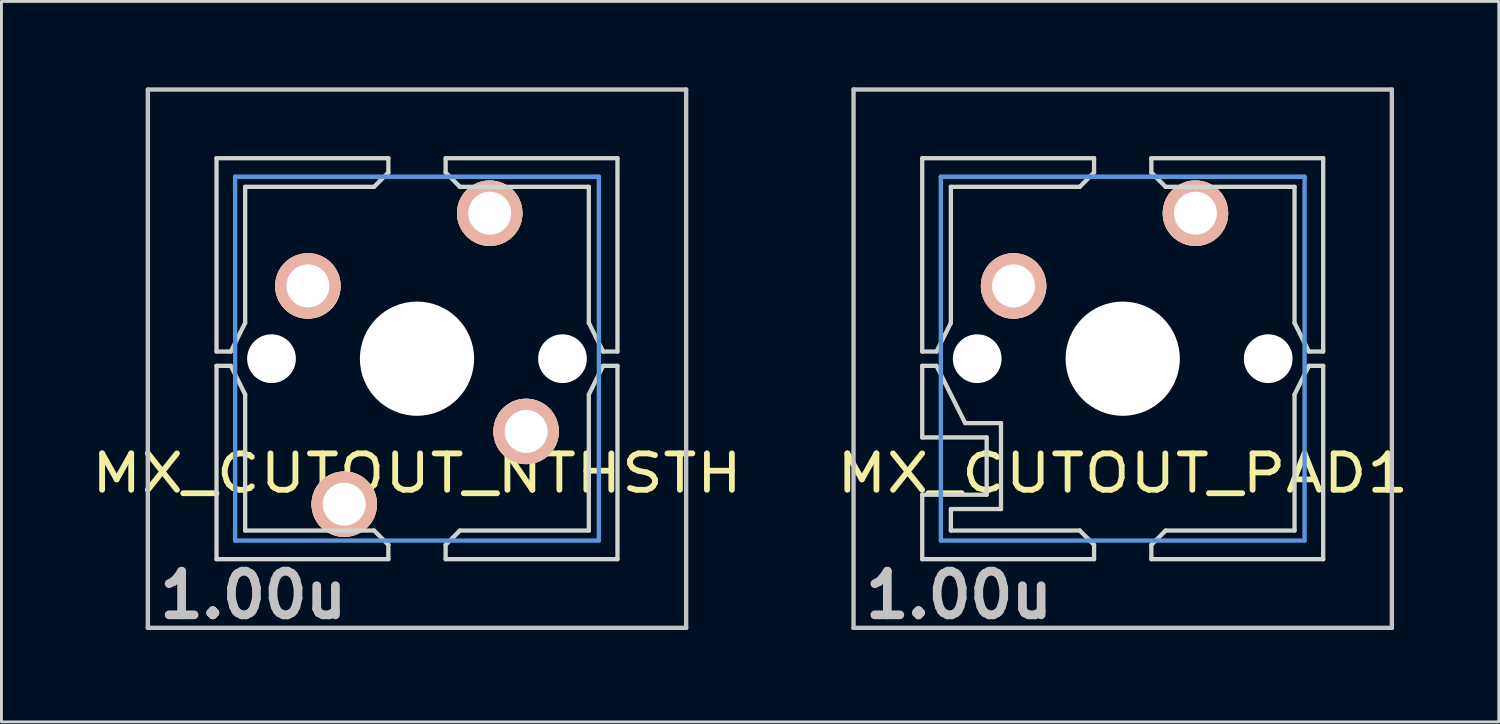
<source format=kicad_pcb>
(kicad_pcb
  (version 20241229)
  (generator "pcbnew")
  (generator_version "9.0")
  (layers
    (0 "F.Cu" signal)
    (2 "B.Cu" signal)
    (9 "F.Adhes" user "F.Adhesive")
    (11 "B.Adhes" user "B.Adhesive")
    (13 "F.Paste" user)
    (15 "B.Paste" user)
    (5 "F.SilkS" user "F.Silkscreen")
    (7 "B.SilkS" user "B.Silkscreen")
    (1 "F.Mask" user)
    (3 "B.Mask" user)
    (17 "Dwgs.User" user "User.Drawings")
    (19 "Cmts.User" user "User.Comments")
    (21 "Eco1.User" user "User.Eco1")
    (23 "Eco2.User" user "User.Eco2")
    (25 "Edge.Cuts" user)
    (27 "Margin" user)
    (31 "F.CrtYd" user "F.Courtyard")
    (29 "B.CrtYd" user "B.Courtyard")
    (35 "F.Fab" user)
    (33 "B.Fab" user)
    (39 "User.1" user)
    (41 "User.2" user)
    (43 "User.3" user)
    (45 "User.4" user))
  (footprint "MX_CUTOUT_NTHSTH"
    (layer "F.Cu")
    (at 11.51 9.474)
    (property "Reference" "MX_CUTOUT_NTHSTH" (at 0 4 0) (layer "F.SilkS") (effects (font (size 1.27 1.524) (thickness 0.203))))
    (attr through_hole)
    (fp_line (start -9.398 -9.398) (end 9.398 -9.398) (stroke (width 0.152) (type solid)) (layer "Dwgs.User"))
    (fp_line (start -9.398 9.398) (end -9.398 -9.398) (stroke (width 0.152) (type solid)) (layer "Dwgs.User"))
    (fp_line (start 9.398 -9.398) (end 9.398 9.398) (stroke (width 0.152) (type solid)) (layer "Dwgs.User"))
    (fp_line (start 9.398 9.398) (end -9.398 9.398) (stroke (width 0.152) (type solid)) (layer "Dwgs.User"))
    (fp_line (start -6.35 -6.35) (end 6.35 -6.35) (stroke (width 0.152) (type solid)) (layer "Cmts.User"))
    (fp_line (start -6.35 -6.35) (end 6.35 -6.35) (stroke (width 0.152) (type solid)) (layer "Cmts.User"))
    (fp_line (start -6.35 6.35) (end -6.35 -6.35) (stroke (width 0.152) (type solid)) (layer "Cmts.User"))
    (fp_line (start 6.35 -6.35) (end 6.35 6.35) (stroke (width 0.152) (type solid)) (layer "Cmts.User"))
    (fp_line (start 6.35 6.35) (end -6.35 6.35) (stroke (width 0.152) (type solid)) (layer "Cmts.User"))
    (fp_line (start -6.985 -6.985) (end 6.985 -6.985) (stroke (width 0.152) (type solid)) (layer "Eco2.User"))
    (fp_line (start -6.985 -6.985) (end 6.985 -6.985) (stroke (width 0.152) (type solid)) (layer "Eco2.User"))
    (fp_line (start -6.985 6.985) (end -6.985 -6.985) (stroke (width 0.152) (type solid)) (layer "Eco2.User"))
    (fp_line (start 6.985 -6.985) (end 6.985 6.985) (stroke (width 0.152) (type solid)) (layer "Eco2.User"))
    (fp_line (start 6.985 6.985) (end -6.985 6.985) (stroke (width 0.152) (type solid)) (layer "Eco2.User"))
    (fp_line (start -7 -7) (end -1 -7) (stroke (width 0.15) (type solid)) (layer "Edge.Cuts"))
    (fp_line (start -7 -0.25) (end -7 -7) (stroke (width 0.15) (type solid)) (layer "Edge.Cuts"))
    (fp_line (start -7 -0.25) (end -6.5 -0.25) (stroke (width 0.15) (type solid)) (layer "Edge.Cuts"))
    (fp_line (start -7 0.25) (end -7 7) (stroke (width 0.15) (type solid)) (layer "Edge.Cuts"))
    (fp_line (start -7 0.25) (end -6.5 0.25) (stroke (width 0.15) (type solid)) (layer "Edge.Cuts"))
    (fp_line (start -7 7) (end -1 7) (stroke (width 0.15) (type solid)) (layer "Edge.Cuts"))
    (fp_line (start -6.5 -0.25) (end -6 -1.25) (stroke (width 0.15) (type solid)) (layer "Edge.Cuts"))
    (fp_line (start -6.5 0.25) (end -6 1.25) (stroke (width 0.15) (type solid)) (layer "Edge.Cuts"))
    (fp_line (start -6 -1.25) (end -6 -6) (stroke (width 0.15) (type solid)) (layer "Edge.Cuts"))
    (fp_line (start -6 1.25) (end -6 6) (stroke (width 0.15) (type solid)) (layer "Edge.Cuts"))
    (fp_line (start -1.5 -6) (end -6 -6) (stroke (width 0.15) (type solid)) (layer "Edge.Cuts"))
    (fp_line (start -1.5 6) (end -6 6) (stroke (width 0.15) (type solid)) (layer "Edge.Cuts"))
    (fp_line (start -1 -7) (end -1 -6.5) (stroke (width 0.15) (type solid)) (layer "Edge.Cuts"))
    (fp_line (start -1 -6.5) (end -1.5 -6) (stroke (width 0.15) (type solid)) (layer "Edge.Cuts"))
    (fp_line (start -1 6.5) (end -1.5 6) (stroke (width 0.15) (type solid)) (layer "Edge.Cuts"))
    (fp_line (start -1 7) (end -1 6.5) (stroke (width 0.15) (type solid)) (layer "Edge.Cuts"))
    (fp_line (start 1 -7) (end 1 -6.5) (stroke (width 0.15) (type solid)) (layer "Edge.Cuts"))
    (fp_line (start 1 -6.5) (end 1.5 -6) (stroke (width 0.15) (type solid)) (layer "Edge.Cuts"))
    (fp_line (start 1 6.5) (end 1.5 6) (stroke (width 0.15) (type solid)) (layer "Edge.Cuts"))
    (fp_line (start 1 7) (end 1 6.5) (stroke (width 0.15) (type solid)) (layer "Edge.Cuts"))
    (fp_line (start 1.5 -6) (end 6 -6) (stroke (width 0.15) (type solid)) (layer "Edge.Cuts"))
    (fp_line (start 1.5 6) (end 6 6) (stroke (width 0.15) (type solid)) (layer "Edge.Cuts"))
    (fp_line (start 6 -1.25) (end 6 -6) (stroke (width 0.15) (type solid)) (layer "Edge.Cuts"))
    (fp_line (start 6 1.25) (end 6 6) (stroke (width 0.15) (type solid)) (layer "Edge.Cuts"))
    (fp_line (start 6.5 -0.25) (end 6 -1.25) (stroke (width 0.15) (type solid)) (layer "Edge.Cuts"))
    (fp_line (start 6.5 0.25) (end 6 1.25) (stroke (width 0.15) (type solid)) (layer "Edge.Cuts"))
    (fp_line (start 7 -7) (end 1 -7) (stroke (width 0.15) (type solid)) (layer "Edge.Cuts"))
    (fp_line (start 7 -0.25) (end 6.5 -0.25) (stroke (width 0.15) (type solid)) (layer "Edge.Cuts"))
    (fp_line (start 7 -0.25) (end 7 -7) (stroke (width 0.15) (type solid)) (layer "Edge.Cuts"))
    (fp_line (start 7 0.25) (end 6.5 0.25) (stroke (width 0.15) (type solid)) (layer "Edge.Cuts"))
    (fp_line (start 7 0.25) (end 7 7) (stroke (width 0.15) (type solid)) (layer "Edge.Cuts"))
    (fp_line (start 7 7) (end 1 7) (stroke (width 0.15) (type solid)) (layer "Edge.Cuts"))
    (fp_text user "1.00u" (at -5.715 8.255 0) (layer "Dwgs.User") (effects (font (size 1.524 1.524) (thickness 0.305))))
    (pad "" np_thru_hole circle (at -5.08 0) (size 1.702 1.702) (drill 1.702) (layers "*.Cu" "*.Mask"))
    (pad "" np_thru_hole circle (at 0 0 180) (size 3.988 3.988) (drill 3.988) (layers "*.Cu"))
    (pad "" np_thru_hole circle (at 5.08 0 180) (size 1.702 1.702) (drill 1.702) (layers "*.Cu" "*.Mask"))
    (pad "1" thru_hole circle (at -2.54 5.08 180) (size 2.286 2.286) (drill 1.499) (layers "*.Cu" "*.SilkS" "*.Mask"))
    (pad "1" thru_hole circle (at 2.54 -5.08) (size 2.286 2.286) (drill 1.499) (layers "*.Cu" "*.SilkS" "*.Mask"))
    (pad "2" thru_hole circle (at -3.81 -2.54) (size 2.286 2.286) (drill 1.499) (layers "*.Cu" "*.SilkS" "*.Mask"))
    (pad "2" thru_hole circle (at 3.81 2.54 180) (size 2.286 2.286) (drill 1.499) (layers "*.Cu" "*.SilkS" "*.Mask")))
  (footprint "MX_CUTOUT_PAD1"
    (layer "F.Cu")
    (at 36.151 9.474)
    (property "Reference" "MX_CUTOUT_PAD1" (at 0 4 0) (layer "F.SilkS") (effects (font (size 1.27 1.524) (thickness 0.203))))
    (attr through_hole)
    (fp_line (start -9.398 -9.398) (end 9.398 -9.398) (stroke (width 0.152) (type solid)) (layer "Dwgs.User"))
    (fp_line (start -9.398 9.398) (end -9.398 -9.398) (stroke (width 0.152) (type solid)) (layer "Dwgs.User"))
    (fp_line (start 9.398 -9.398) (end 9.398 9.398) (stroke (width 0.152) (type solid)) (layer "Dwgs.User"))
    (fp_line (start 9.398 9.398) (end -9.398 9.398) (stroke (width 0.152) (type solid)) (layer "Dwgs.User"))
    (fp_line (start -6.35 -6.35) (end 6.35 -6.35) (stroke (width 0.152) (type solid)) (layer "Cmts.User"))
    (fp_line (start -6.35 -6.35) (end 6.35 -6.35) (stroke (width 0.152) (type solid)) (layer "Cmts.User"))
    (fp_line (start -6.35 6.35) (end -6.35 -6.35) (stroke (width 0.152) (type solid)) (layer "Cmts.User"))
    (fp_line (start 6.35 -6.35) (end 6.35 6.35) (stroke (width 0.152) (type solid)) (layer "Cmts.User"))
    (fp_line (start 6.35 6.35) (end -6.35 6.35) (stroke (width 0.152) (type solid)) (layer "Cmts.User"))
    (fp_line (start -6.985 -6.985) (end 6.985 -6.985) (stroke (width 0.152) (type solid)) (layer "Eco2.User"))
    (fp_line (start -6.985 -6.985) (end 6.985 -6.985) (stroke (width 0.152) (type solid)) (layer "Eco2.User"))
    (fp_line (start -6.985 6.985) (end -6.985 -6.985) (stroke (width 0.152) (type solid)) (layer "Eco2.User"))
    (fp_line (start 6.985 -6.985) (end 6.985 6.985) (stroke (width 0.152) (type solid)) (layer "Eco2.User"))
    (fp_line (start 6.985 6.985) (end -6.985 6.985) (stroke (width 0.152) (type solid)) (layer "Eco2.User"))
    (fp_line (start -7 -7) (end -1 -7) (stroke (width 0.15) (type solid)) (layer "Edge.Cuts"))
    (fp_line (start -7 -0.25) (end -7 -7) (stroke (width 0.15) (type solid)) (layer "Edge.Cuts"))
    (fp_line (start -7 -0.25) (end -6.5 -0.25) (stroke (width 0.15) (type solid)) (layer "Edge.Cuts"))
    (fp_line (start -7 0.25) (end -7 2.75) (stroke (width 0.15) (type solid)) (layer "Edge.Cuts"))
    (fp_line (start -7 0.25) (end -6.5 0.25) (stroke (width 0.15) (type solid)) (layer "Edge.Cuts"))
    (fp_line (start -7 4.75) (end -7 7) (stroke (width 0.15) (type solid)) (layer "Edge.Cuts"))
    (fp_line (start -7 7) (end -1 7) (stroke (width 0.15) (type solid)) (layer "Edge.Cuts"))
    (fp_line (start -6.5 -0.25) (end -6 -1.25) (stroke (width 0.15) (type solid)) (layer "Edge.Cuts"))
    (fp_line (start -6.5 0.25) (end -5.5 2.25) (stroke (width 0.15) (type solid)) (layer "Edge.Cuts"))
    (fp_line (start -6 -1.25) (end -6 -6) (stroke (width 0.15) (type solid)) (layer "Edge.Cuts"))
    (fp_line (start -6 5.25) (end -4.25 5.25) (stroke (width 0.15) (type solid)) (layer "Edge.Cuts"))
    (fp_line (start -6 6) (end -6 5.25) (stroke (width 0.15) (type solid)) (layer "Edge.Cuts"))
    (fp_line (start -4.75 2.75) (end -7 2.75) (stroke (width 0.15) (type solid)) (layer "Edge.Cuts"))
    (fp_line (start -4.75 2.75) (end -4.75 4.75) (stroke (width 0.15) (type solid)) (layer "Edge.Cuts"))
    (fp_line (start -4.75 4.75) (end -7 4.75) (stroke (width 0.15) (type solid)) (layer "Edge.Cuts"))
    (fp_line (start -4.25 2.25) (end -5.5 2.25) (stroke (width 0.15) (type solid)) (layer "Edge.Cuts"))
    (fp_line (start -4.25 5.25) (end -4.25 2.25) (stroke (width 0.15) (type solid)) (layer "Edge.Cuts"))
    (fp_line (start -1.5 -6) (end -6 -6) (stroke (width 0.15) (type solid)) (layer "Edge.Cuts"))
    (fp_line (start -1.5 6) (end -6 6) (stroke (width 0.15) (type solid)) (layer "Edge.Cuts"))
    (fp_line (start -1 -7) (end -1 -6.5) (stroke (width 0.15) (type solid)) (layer "Edge.Cuts"))
    (fp_line (start -1 -6.5) (end -1.5 -6) (stroke (width 0.15) (type solid)) (layer "Edge.Cuts"))
    (fp_line (start -1 6.5) (end -1.5 6) (stroke (width 0.15) (type solid)) (layer "Edge.Cuts"))
    (fp_line (start -1 7) (end -1 6.5) (stroke (width 0.15) (type solid)) (layer "Edge.Cuts"))
    (fp_line (start 1 -7) (end 1 -6.5) (stroke (width 0.15) (type solid)) (layer "Edge.Cuts"))
    (fp_line (start 1 -6.5) (end 1.5 -6) (stroke (width 0.15) (type solid)) (layer "Edge.Cuts"))
    (fp_line (start 1 6.5) (end 1.5 6) (stroke (width 0.15) (type solid)) (layer "Edge.Cuts"))
    (fp_line (start 1 7) (end 1 6.5) (stroke (width 0.15) (type solid)) (layer "Edge.Cuts"))
    (fp_line (start 1.5 -6) (end 6 -6) (stroke (width 0.15) (type solid)) (layer "Edge.Cuts"))
    (fp_line (start 1.5 6) (end 6 6) (stroke (width 0.15) (type solid)) (layer "Edge.Cuts"))
    (fp_line (start 6 -1.25) (end 6 -6) (stroke (width 0.15) (type solid)) (layer "Edge.Cuts"))
    (fp_line (start 6 1.25) (end 6 6) (stroke (width 0.15) (type solid)) (layer "Edge.Cuts"))
    (fp_line (start 6.5 -0.25) (end 6 -1.25) (stroke (width 0.15) (type solid)) (layer "Edge.Cuts"))
    (fp_line (start 6.5 0.25) (end 6 1.25) (stroke (width 0.15) (type solid)) (layer "Edge.Cuts"))
    (fp_line (start 7 -7) (end 1 -7) (stroke (width 0.15) (type solid)) (layer "Edge.Cuts"))
    (fp_line (start 7 -0.25) (end 6.5 -0.25) (stroke (width 0.15) (type solid)) (layer "Edge.Cuts"))
    (fp_line (start 7 -0.25) (end 7 -7) (stroke (width 0.15) (type solid)) (layer "Edge.Cuts"))
    (fp_line (start 7 0.25) (end 6.5 0.25) (stroke (width 0.15) (type solid)) (layer "Edge.Cuts"))
    (fp_line (start 7 0.25) (end 7 7) (stroke (width 0.15) (type solid)) (layer "Edge.Cuts"))
    (fp_line (start 7 7) (end 1 7) (stroke (width 0.15) (type solid)) (layer "Edge.Cuts"))
    (fp_text user "1.00u" (at -5.715 8.255 0) (layer "Dwgs.User") (effects (font (size 1.524 1.524) (thickness 0.305))))
    (pad "" np_thru_hole circle (at -5.08 0) (size 1.702 1.702) (drill 1.702) (layers "*.Cu" "*.Mask"))
    (pad "" np_thru_hole circle (at 0 0) (size 3.988 3.988) (drill 3.988) (layers "*.Cu"))
    (pad "" np_thru_hole circle (at 5.08 0) (size 1.702 1.702) (drill 1.702) (layers "*.Cu" "*.Mask"))
    (pad "1" thru_hole circle (at 2.54 -5.08) (size 2.286 2.286) (drill 1.499) (layers "*.Cu" "*.SilkS" "*.Mask"))
    (pad "2" thru_hole circle (at -3.81 -2.54) (size 2.286 2.286) (drill 1.499) (layers "*.Cu" "*.SilkS" "*.Mask")))
  (gr_rect
    (start -3 -3)
    (end 49.282 22.156)
    (stroke (width 0.1) (type default))
    (fill no)
    (layer "Edge.Cuts")))
</source>
